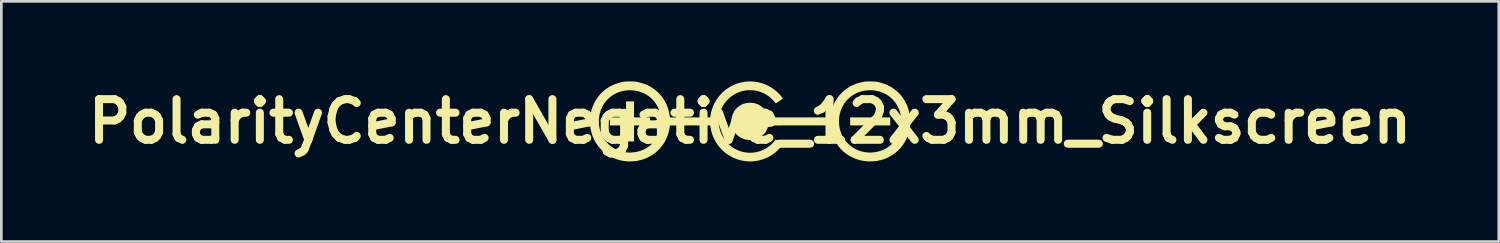
<source format=kicad_pcb>
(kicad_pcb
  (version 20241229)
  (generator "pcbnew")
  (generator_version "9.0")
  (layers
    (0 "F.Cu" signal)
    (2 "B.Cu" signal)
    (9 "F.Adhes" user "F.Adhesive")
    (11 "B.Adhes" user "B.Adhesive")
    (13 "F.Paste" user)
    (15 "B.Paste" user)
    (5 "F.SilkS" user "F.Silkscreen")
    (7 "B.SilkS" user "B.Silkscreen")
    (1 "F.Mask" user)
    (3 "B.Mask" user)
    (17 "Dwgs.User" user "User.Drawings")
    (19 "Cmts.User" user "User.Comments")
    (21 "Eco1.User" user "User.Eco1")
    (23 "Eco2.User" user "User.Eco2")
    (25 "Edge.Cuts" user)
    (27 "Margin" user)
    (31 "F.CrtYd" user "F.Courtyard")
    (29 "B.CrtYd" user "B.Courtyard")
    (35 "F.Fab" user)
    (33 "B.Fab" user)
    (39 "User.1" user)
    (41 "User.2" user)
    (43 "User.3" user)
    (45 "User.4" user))
  (footprint "PolarityCenterNegative_12x3mm_Silkscreen"
    (layer "F.Cu")
    (at 25.044 1.498)
    (property "Reference" "PolarityCenterNegative_12x3mm_Silkscreen" (at 0 0 0) (layer "F.SilkS") (effects (font (size 1.524 1.524) (thickness 0.3))))
    (attr board_only exclude_from_pos_files exclude_from_bom)
    (fp_poly (pts (xy 5.251 0.15) (xy 3.751 0.15) (xy 3.751 -0.15) (xy 5.251 -0.15)) (stroke (width 0) (type solid)) (fill yes) (layer "F.SilkS"))
    (fp_poly (pts (xy -4.345 -0.15) (xy -3.745 -0.15) (xy -3.745 0.15) (xy -4.345 0.15) (xy -4.345 0.75) (xy -4.645 0.75) (xy -4.645 0.15) (xy -5.245 0.15) (xy -5.245 -0.15) (xy -4.645 -0.15) (xy -4.645 -0.75) (xy -4.345 -0.75)) (stroke (width 0) (type solid)) (fill yes) (layer "F.SilkS"))
    (fp_poly (pts (xy 4.533 -1.497) (xy 4.589 -1.496) (xy 4.641 -1.494) (xy 4.686 -1.49) (xy 4.723 -1.486) (xy 4.726 -1.486) (xy 4.863 -1.459) (xy 4.994 -1.421) (xy 5.12 -1.373) (xy 5.239 -1.314) (xy 5.351 -1.247) (xy 5.455 -1.17) (xy 5.552 -1.084) (xy 5.641 -0.99) (xy 5.721 -0.888) (xy 5.792 -0.779) (xy 5.853 -0.663) (xy 5.904 -0.54) (xy 5.945 -0.411) (xy 5.96 -0.349) (xy 5.974 -0.282) (xy 5.984 -0.221) (xy 5.991 -0.16) (xy 5.995 -0.096) (xy 5.997 -0.025) (xy 5.997 0.003) (xy 5.995 0.092) (xy 5.989 0.174) (xy 5.979 0.252) (xy 5.964 0.331) (xy 5.949 0.396) (xy 5.909 0.526) (xy 5.858 0.65) (xy 5.797 0.767) (xy 5.727 0.878) (xy 5.646 0.982) (xy 5.557 1.078) (xy 5.459 1.165) (xy 5.353 1.244) (xy 5.24 1.313) (xy 5.12 1.372) (xy 5.004 1.417) (xy 4.95 1.434) (xy 4.888 1.45) (xy 4.822 1.465) (xy 4.758 1.478) (xy 4.731 1.482) (xy 4.697 1.486) (xy 4.656 1.49) (xy 4.61 1.493) (xy 4.561 1.496) (xy 4.514 1.497) (xy 4.47 1.498) (xy 4.432 1.498) (xy 4.403 1.497) (xy 4.398 1.497) (xy 4.325 1.489) (xy 4.262 1.48) (xy 4.206 1.471) (xy 4.154 1.461) (xy 4.104 1.449) (xy 4.052 1.434) (xy 4.035 1.429) (xy 3.908 1.384) (xy 3.787 1.327) (xy 3.673 1.261) (xy 3.566 1.185) (xy 3.466 1.1) (xy 3.375 1.007) (xy 3.292 0.905) (xy 3.219 0.796) (xy 3.155 0.68) (xy 3.102 0.558) (xy 3.083 0.503) (xy 3.049 0.392) (xy 3.025 0.283) (xy 3.013 0.208) (xy 3.005 0.15) (xy 1.846 0.15) (xy 1.7 0.15) (xy 1.565 0.15) (xy 1.443 0.15) (xy 1.331 0.15) (xy 1.23 0.15) (xy 1.139 0.151) (xy 1.058 0.151) (xy 0.987 0.151) (xy 0.924 0.152) (xy 0.87 0.152) (xy 0.824 0.152) (xy 0.785 0.153) (xy 0.753 0.154) (xy 0.728 0.154) (xy 0.709 0.155) (xy 0.696 0.156) (xy 0.688 0.157) (xy 0.685 0.158) (xy 0.685 0.158) (xy 0.661 0.233) (xy 0.635 0.298) (xy 0.605 0.357) (xy 0.57 0.412) (xy 0.557 0.43) (xy 0.498 0.497) (xy 0.433 0.555) (xy 0.361 0.603) (xy 0.285 0.641) (xy 0.205 0.669) (xy 0.122 0.688) (xy 0.038 0.697) (xy -0.047 0.696) (xy -0.131 0.686) (xy -0.214 0.665) (xy -0.294 0.635) (xy -0.371 0.595) (xy -0.442 0.544) (xy -0.508 0.484) (xy -0.531 0.459) (xy -0.584 0.389) (xy -0.628 0.313) (xy -0.661 0.231) (xy -0.683 0.146) (xy -0.696 0.059) (xy -0.697 -0.003) (xy 3.332 -0.003) (xy 3.338 0.123) (xy 3.355 0.243) (xy 3.383 0.359) (xy 3.423 0.469) (xy 3.474 0.574) (xy 3.536 0.673) (xy 3.609 0.766) (xy 3.667 0.828) (xy 3.755 0.908) (xy 3.851 0.978) (xy 3.952 1.037) (xy 4.06 1.086) (xy 4.172 1.123) (xy 4.289 1.149) (xy 4.402 1.162) (xy 4.431 1.164) (xy 4.456 1.166) (xy 4.474 1.167) (xy 4.482 1.168) (xy 4.492 1.168) (xy 4.511 1.167) (xy 4.538 1.165) (xy 4.57 1.163) (xy 4.582 1.163) (xy 4.705 1.148) (xy 4.823 1.122) (xy 4.936 1.086) (xy 5.042 1.039) (xy 5.142 0.982) (xy 5.235 0.916) (xy 5.32 0.841) (xy 5.397 0.757) (xy 5.466 0.665) (xy 5.526 0.565) (xy 5.576 0.459) (xy 5.616 0.345) (xy 5.642 0.242) (xy 5.651 0.19) (xy 5.658 0.129) (xy 5.662 0.063) (xy 5.664 -0.004) (xy 5.663 -0.07) (xy 5.659 -0.13) (xy 5.655 -0.169) (xy 5.631 -0.292) (xy 5.597 -0.409) (xy 5.552 -0.519) (xy 5.496 -0.623) (xy 5.43 -0.72) (xy 5.354 -0.81) (xy 5.33 -0.835) (xy 5.242 -0.914) (xy 5.147 -0.983) (xy 5.046 -1.041) (xy 4.939 -1.089) (xy 4.826 -1.126) (xy 4.709 -1.152) (xy 4.588 -1.166) (xy 4.497 -1.169) (xy 4.375 -1.163) (xy 4.256 -1.146) (xy 4.142 -1.117) (xy 4.033 -1.078) (xy 3.929 -1.029) (xy 3.832 -0.971) (xy 3.741 -0.903) (xy 3.658 -0.826) (xy 3.582 -0.74) (xy 3.516 -0.647) (xy 3.458 -0.546) (xy 3.41 -0.438) (xy 3.395 -0.396) (xy 3.369 -0.309) (xy 3.35 -0.225) (xy 3.338 -0.138) (xy 3.333 -0.047) (xy 3.332 -0.003) (xy -0.697 -0.003) (xy -0.698 -0.03) (xy -0.689 -0.118) (xy -0.67 -0.204) (xy -0.64 -0.288) (xy -0.599 -0.368) (xy -0.586 -0.39) (xy -0.531 -0.463) (xy -0.467 -0.527) (xy -0.397 -0.582) (xy -0.319 -0.627) (xy -0.236 -0.662) (xy -0.148 -0.685) (xy -0.056 -0.698) (xy -0.000462 -0.7) (xy 0.096 -0.694) (xy 0.188 -0.677) (xy 0.274 -0.649) (xy 0.355 -0.609) (xy 0.431 -0.558) (xy 0.492 -0.504) (xy 0.546 -0.446) (xy 0.592 -0.383) (xy 0.63 -0.314) (xy 0.661 -0.237) (xy 0.685 -0.158) (xy 0.688 -0.157) (xy 0.695 -0.156) (xy 0.707 -0.155) (xy 0.726 -0.154) (xy 0.75 -0.154) (xy 0.781 -0.153) (xy 0.819 -0.153) (xy 0.864 -0.152) (xy 0.917 -0.152) (xy 0.979 -0.151) (xy 1.049 -0.151) (xy 1.129 -0.151) (xy 1.218 -0.15) (xy 1.318 -0.15) (xy 1.428 -0.15) (xy 1.55 -0.15) (xy 1.683 -0.15) (xy 1.828 -0.15) (xy 3.004 -0.15) (xy 3.016 -0.229) (xy 3.04 -0.361) (xy 3.077 -0.489) (xy 3.123 -0.612) (xy 3.18 -0.731) (xy 3.247 -0.843) (xy 3.323 -0.949) (xy 3.408 -1.046) (xy 3.501 -1.135) (xy 3.516 -1.148) (xy 3.624 -1.23) (xy 3.736 -1.302) (xy 3.854 -1.362) (xy 3.979 -1.412) (xy 4.11 -1.452) (xy 4.248 -1.482) (xy 4.292 -1.489) (xy 4.326 -1.493) (xy 4.37 -1.495) (xy 4.42 -1.497) (xy 4.476 -1.497)) (stroke (width 0) (type solid)) (fill yes) (layer "F.SilkS"))
    (fp_poly (pts (xy 0.157 -1.49) (xy 0.287 -1.471) (xy 0.415 -1.44) (xy 0.54 -1.398) (xy 0.661 -1.345) (xy 0.776 -1.282) (xy 0.886 -1.209) (xy 0.893 -1.204) (xy 0.963 -1.148) (xy 1.032 -1.086) (xy 1.097 -1.022) (xy 1.156 -0.957) (xy 1.206 -0.893) (xy 1.211 -0.886) (xy 1.231 -0.858) (xy 1.099 -0.766) (xy 1.064 -0.742) (xy 1.031 -0.719) (xy 1.004 -0.701) (xy 0.982 -0.687) (xy 0.968 -0.679) (xy 0.963 -0.676) (xy 0.957 -0.682) (xy 0.946 -0.695) (xy 0.932 -0.712) (xy 0.861 -0.797) (xy 0.781 -0.875) (xy 0.692 -0.946) (xy 0.595 -1.008) (xy 0.494 -1.062) (xy 0.387 -1.106) (xy 0.278 -1.139) (xy 0.212 -1.153) (xy 0.145 -1.163) (xy 0.071 -1.168) (xy -0.006 -1.17) (xy -0.082 -1.168) (xy -0.152 -1.163) (xy -0.175 -1.159) (xy -0.292 -1.135) (xy -0.405 -1.1) (xy -0.512 -1.054) (xy -0.613 -0.998) (xy -0.708 -0.933) (xy -0.796 -0.859) (xy -0.876 -0.777) (xy -0.948 -0.687) (xy -1.011 -0.59) (xy -1.065 -0.486) (xy -1.109 -0.377) (xy -1.142 -0.263) (xy -1.163 -0.15) (xy -1.167 -0.109) (xy -1.17 -0.06) (xy -1.17 -0.006) (xy -1.17 0.049) (xy -1.167 0.102) (xy -1.163 0.148) (xy -1.16 0.169) (xy -1.136 0.288) (xy -1.1 0.403) (xy -1.054 0.512) (xy -0.997 0.616) (xy -0.931 0.713) (xy -0.856 0.803) (xy -0.771 0.884) (xy -0.679 0.957) (xy -0.598 1.009) (xy -0.489 1.066) (xy -0.377 1.111) (xy -0.263 1.144) (xy -0.146 1.165) (xy -0.029 1.174) (xy 0.089 1.17) (xy 0.208 1.155) (xy 0.326 1.127) (xy 0.371 1.113) (xy 0.485 1.068) (xy 0.592 1.014) (xy 0.691 0.949) (xy 0.783 0.874) (xy 0.869 0.789) (xy 0.914 0.736) (xy 0.938 0.707) (xy 0.956 0.689) (xy 0.967 0.68) (xy 0.971 0.68) (xy 0.978 0.685) (xy 0.994 0.696) (xy 1.017 0.712) (xy 1.046 0.732) (xy 1.078 0.755) (xy 1.102 0.772) (xy 1.136 0.796) (xy 1.167 0.818) (xy 1.193 0.836) (xy 1.212 0.85) (xy 1.223 0.859) (xy 1.225 0.861) (xy 1.222 0.867) (xy 1.212 0.881) (xy 1.199 0.9) (xy 1.19 0.912) (xy 1.108 1.01) (xy 1.016 1.102) (xy 0.916 1.187) (xy 0.809 1.262) (xy 0.697 1.328) (xy 0.579 1.383) (xy 0.473 1.423) (xy 0.338 1.46) (xy 0.203 1.485) (xy 0.068 1.497) (xy -0.066 1.497) (xy -0.2 1.485) (xy -0.332 1.46) (xy -0.463 1.424) (xy -0.591 1.375) (xy -0.671 1.338) (xy -0.788 1.272) (xy -0.899 1.197) (xy -1.001 1.112) (xy -1.096 1.019) (xy -1.181 0.918) (xy -1.258 0.81) (xy -1.324 0.696) (xy -1.381 0.576) (xy -1.427 0.451) (xy -1.461 0.322) (xy -1.479 0.223) (xy -1.49 0.15) (xy -2.245 0.15) (xy -2.358 0.15) (xy -2.459 0.15) (xy -2.549 0.15) (xy -2.629 0.15) (xy -2.698 0.15) (xy -2.759 0.151) (xy -2.811 0.151) (xy -2.855 0.151) (xy -2.891 0.152) (xy -2.921 0.152) (xy -2.945 0.153) (xy -2.964 0.154) (xy -2.978 0.154) (xy -2.989 0.155) (xy -2.996 0.157) (xy -3 0.158) (xy -3.002 0.159) (xy -3.003 0.161) (xy -3.005 0.173) (xy -3.008 0.192) (xy -3.01 0.209) (xy -3.023 0.295) (xy -3.044 0.385) (xy -3.071 0.478) (xy -3.104 0.57) (xy -3.141 0.658) (xy -3.168 0.713) (xy -3.236 0.83) (xy -3.314 0.939) (xy -3.401 1.039) (xy -3.496 1.131) (xy -3.598 1.213) (xy -3.708 1.286) (xy -3.825 1.348) (xy -3.948 1.4) (xy -4.076 1.442) (xy -4.211 1.473) (xy -4.266 1.482) (xy -4.299 1.486) (xy -4.34 1.49) (xy -4.386 1.493) (xy -4.434 1.496) (xy -4.482 1.497) (xy -4.526 1.498) (xy -4.564 1.498) (xy -4.593 1.497) (xy -4.598 1.497) (xy -4.671 1.489) (xy -4.734 1.48) (xy -4.79 1.471) (xy -4.842 1.461) (xy -4.893 1.448) (xy -4.945 1.433) (xy -4.992 1.419) (xy -5.116 1.371) (xy -5.235 1.313) (xy -5.348 1.244) (xy -5.454 1.165) (xy -5.553 1.077) (xy -5.643 0.98) (xy -5.725 0.875) (xy -5.798 0.762) (xy -5.807 0.746) (xy -5.858 0.645) (xy -5.902 0.535) (xy -5.939 0.42) (xy -5.967 0.3) (xy -5.98 0.231) (xy -5.986 0.179) (xy -5.99 0.118) (xy -5.993 0.053) (xy -5.994 0.001) (xy -5.664 0.001) (xy -5.658 0.124) (xy -5.64 0.244) (xy -5.611 0.36) (xy -5.57 0.472) (xy -5.517 0.579) (xy -5.454 0.681) (xy -5.38 0.776) (xy -5.374 0.783) (xy -5.296 0.862) (xy -5.21 0.934) (xy -5.115 0.997) (xy -5.015 1.051) (xy -4.908 1.095) (xy -4.798 1.129) (xy -4.684 1.152) (xy -4.592 1.162) (xy -4.563 1.164) (xy -4.539 1.166) (xy -4.521 1.167) (xy -4.514 1.168) (xy -4.504 1.168) (xy -4.485 1.167) (xy -4.458 1.166) (xy -4.427 1.164) (xy -4.416 1.163) (xy -4.293 1.149) (xy -4.176 1.123) (xy -4.063 1.087) (xy -3.957 1.041) (xy -3.857 0.984) (xy -3.764 0.919) (xy -3.679 0.845) (xy -3.602 0.762) (xy -3.533 0.671) (xy -3.473 0.573) (xy -3.423 0.468) (xy -3.383 0.356) (xy -3.353 0.239) (xy -3.341 0.172) (xy -3.336 0.122) (xy -3.333 0.064) (xy -3.331 0.001) (xy -3.332 -0.061) (xy -3.335 -0.12) (xy -3.341 -0.171) (xy -3.341 -0.178) (xy -3.366 -0.299) (xy -3.4 -0.415) (xy -3.446 -0.524) (xy -3.502 -0.627) (xy -3.568 -0.723) (xy -3.643 -0.812) (xy -3.729 -0.893) (xy -3.783 -0.937) (xy -3.88 -1.003) (xy -3.984 -1.058) (xy -4.093 -1.102) (xy -4.207 -1.136) (xy -4.325 -1.158) (xy -4.446 -1.168) (xy -4.494 -1.169) (xy -4.618 -1.163) (xy -4.738 -1.146) (xy -4.854 -1.117) (xy -4.965 -1.078) (xy -5.071 -1.027) (xy -5.17 -0.966) (xy -5.263 -0.895) (xy -5.326 -0.837) (xy -5.406 -0.748) (xy -5.476 -0.652) (xy -5.535 -0.551) (xy -5.583 -0.444) (xy -5.62 -0.332) (xy -5.646 -0.214) (xy -5.661 -0.092) (xy -5.664 0.001) (xy -5.994 0.001) (xy -5.994 -0.015) (xy -5.993 -0.081) (xy -5.99 -0.14) (xy -5.986 -0.175) (xy -5.964 -0.313) (xy -5.932 -0.446) (xy -5.888 -0.574) (xy -5.834 -0.694) (xy -5.77 -0.809) (xy -5.697 -0.916) (xy -5.615 -1.016) (xy -5.524 -1.107) (xy -5.425 -1.191) (xy -5.319 -1.265) (xy -5.205 -1.331) (xy -5.083 -1.387) (xy -4.956 -1.432) (xy -4.822 -1.468) (xy -4.726 -1.486) (xy -4.685 -1.491) (xy -4.634 -1.494) (xy -4.577 -1.497) (xy -4.516 -1.498) (xy -4.454 -1.497) (xy -4.394 -1.496) (xy -4.339 -1.493) (xy -4.291 -1.489) (xy -4.27 -1.486) (xy -4.131 -1.458) (xy -3.998 -1.42) (xy -3.871 -1.372) (xy -3.751 -1.312) (xy -3.638 -1.243) (xy -3.532 -1.164) (xy -3.433 -1.075) (xy -3.343 -0.976) (xy -3.26 -0.868) (xy -3.242 -0.841) (xy -3.187 -0.75) (xy -3.138 -0.651) (xy -3.094 -0.546) (xy -3.058 -0.438) (xy -3.031 -0.331) (xy -3.013 -0.231) (xy -3.01 -0.205) (xy -3.006 -0.182) (xy -3.004 -0.167) (xy -3.003 -0.164) (xy -3.001 -0.15) (xy -1.489 -0.15) (xy -1.485 -0.189) (xy -1.478 -0.238) (xy -1.467 -0.295) (xy -1.454 -0.354) (xy -1.439 -0.413) (xy -1.422 -0.466) (xy -1.422 -0.467) (xy -1.375 -0.593) (xy -1.317 -0.713) (xy -1.248 -0.826) (xy -1.169 -0.934) (xy -1.078 -1.037) (xy -1.029 -1.087) (xy -0.928 -1.175) (xy -0.82 -1.253) (xy -0.705 -1.321) (xy -0.585 -1.379) (xy -0.459 -1.425) (xy -0.328 -1.461) (xy -0.192 -1.485) (xy -0.103 -1.494) (xy 0.027 -1.498)) (stroke (width 0) (type solid)) (fill yes) (layer "F.SilkS")))
  (gr_rect
    (start -3 -3)
    (end 53.089 5.997)
    (stroke (width 0.1) (type default))
    (fill no)
    (layer "Edge.Cuts")))
</source>
